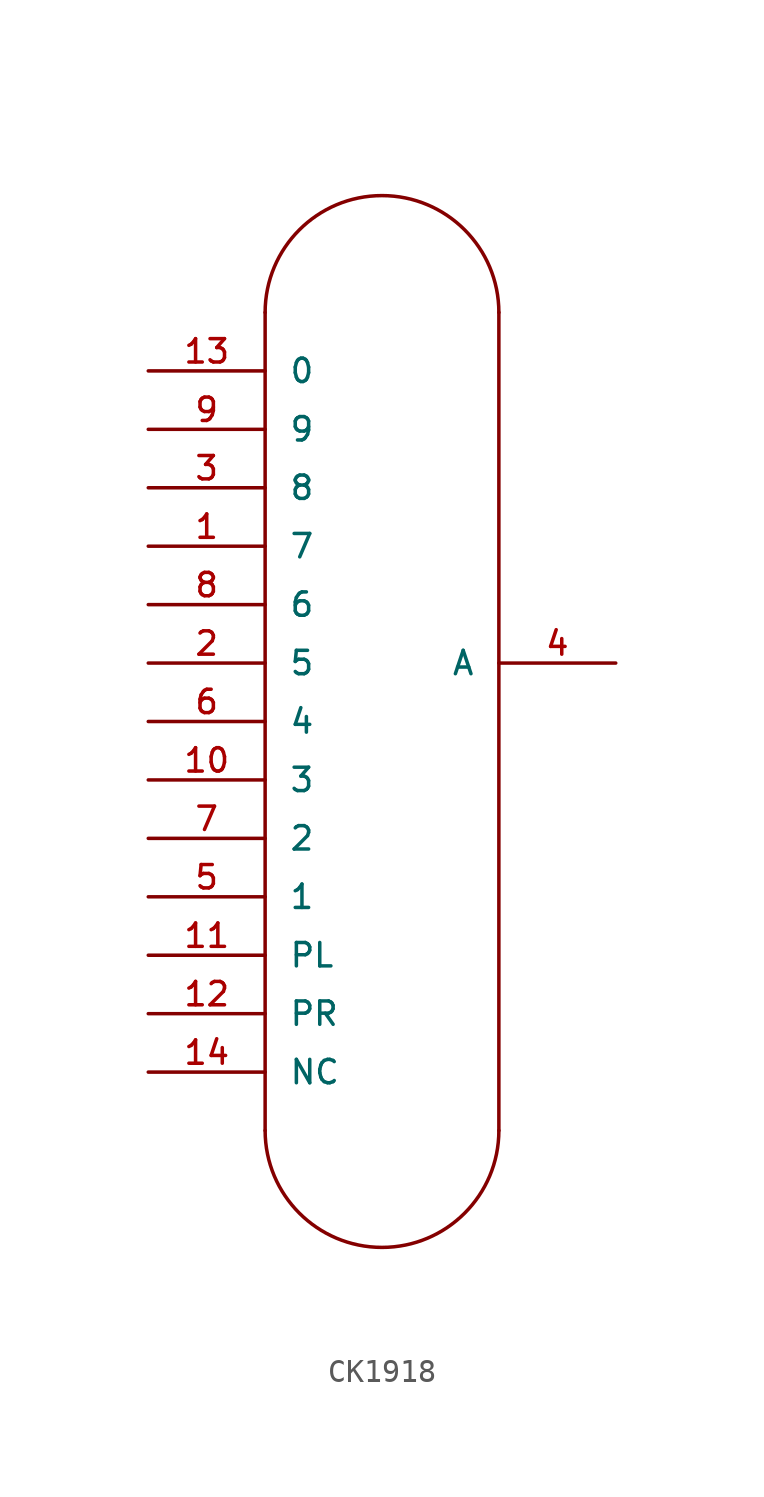
<source format=kicad_sym>
(kicad_symbol_lib
  (version 20211014)
  (generator kicad_symbol_editor)
  (symbol "CK1918"
    (pin_names
      (offset 1.016))
    (property "Reference" "U"
      (at 0 0 0)
      (effects (font (size 1.143 1.143)) hide))
    (property "ki_locked" ""
      (at 0 0 0)
      (effects (font (size 1.27 1.27))))
    (symbol "CK1918_1_0"
      (polyline (pts (xy -5.08 17.78) (xy -5.08 -17.78)) (stroke (width 0) (type default) (color 0 0 0 0)) (fill (type none)))
      (polyline (pts (xy 5.08 17.78) (xy 5.08 -17.78)) (stroke (width 0) (type default) (color 0 0 0 0)) (fill (type none))))
    (symbol "CK1918_1_1"
      (arc (start -5.08 -17.78) (mid 0 -22.86) (end 5.08 -17.78) (stroke (width 0) (type default) (color 0 0 0 0)) (fill (type none)))
      (arc (start 5.08 17.78) (mid 0 22.86) (end -5.08 17.78) (stroke (width 0) (type default) (color 0 0 0 0)) (fill (type none)))
      (pin passive line (at -10.16 7.62 0) (length 5.08) (name "7" (effects (font (size 1.016 1.016)))) (number "1" (effects (font (size 1.016 1.016)))))
      (pin passive line (at -10.16 -2.54 0) (length 5.08) (name "3" (effects (font (size 1.016 1.016)))) (number "10" (effects (font (size 1.016 1.016)))))
      (pin passive line (at -10.16 -10.16 0) (length 5.08) (name "PL" (effects (font (size 1.016 1.016)))) (number "11" (effects (font (size 1.016 1.016)))))
      (pin passive line (at -10.16 -12.7 0) (length 5.08) (name "PR" (effects (font (size 1.016 1.016)))) (number "12" (effects (font (size 1.016 1.016)))))
      (pin passive line (at -10.16 15.24 0) (length 5.08) (name "0" (effects (font (size 1.016 1.016)))) (number "13" (effects (font (size 1.016 1.016)))))
      (pin unspecified line (at -10.16 -15.24 0) (length 5.08) (name "NC" (effects (font (size 1.016 1.016)))) (number "14" (effects (font (size 1.016 1.016)))))
      (pin passive line (at -10.16 2.54 0) (length 5.08) (name "5" (effects (font (size 1.016 1.016)))) (number "2" (effects (font (size 1.016 1.016)))))
      (pin passive line (at -10.16 10.16 0) (length 5.08) (name "8" (effects (font (size 1.016 1.016)))) (number "3" (effects (font (size 1.016 1.016)))))
      (pin passive line (at 10.16 2.54 180) (length 5.08) (name "A" (effects (font (size 1.016 1.016)))) (number "4" (effects (font (size 1.016 1.016)))))
      (pin passive line (at -10.16 -7.62 0) (length 5.08) (name "1" (effects (font (size 1.016 1.016)))) (number "5" (effects (font (size 1.016 1.016)))))
      (pin passive line (at -10.16 0 0) (length 5.08) (name "4" (effects (font (size 1.016 1.016)))) (number "6" (effects (font (size 1.016 1.016)))))
      (pin passive line (at -10.16 -5.08 0) (length 5.08) (name "2" (effects (font (size 1.016 1.016)))) (number "7" (effects (font (size 1.016 1.016)))))
      (pin passive line (at -10.16 5.08 0) (length 5.08) (name "6" (effects (font (size 1.016 1.016)))) (number "8" (effects (font (size 1.016 1.016)))))
      (pin passive line (at -10.16 12.7 0) (length 5.08) (name "9" (effects (font (size 1.016 1.016)))) (number "9" (effects (font (size 1.016 1.016))))))))
</source>
